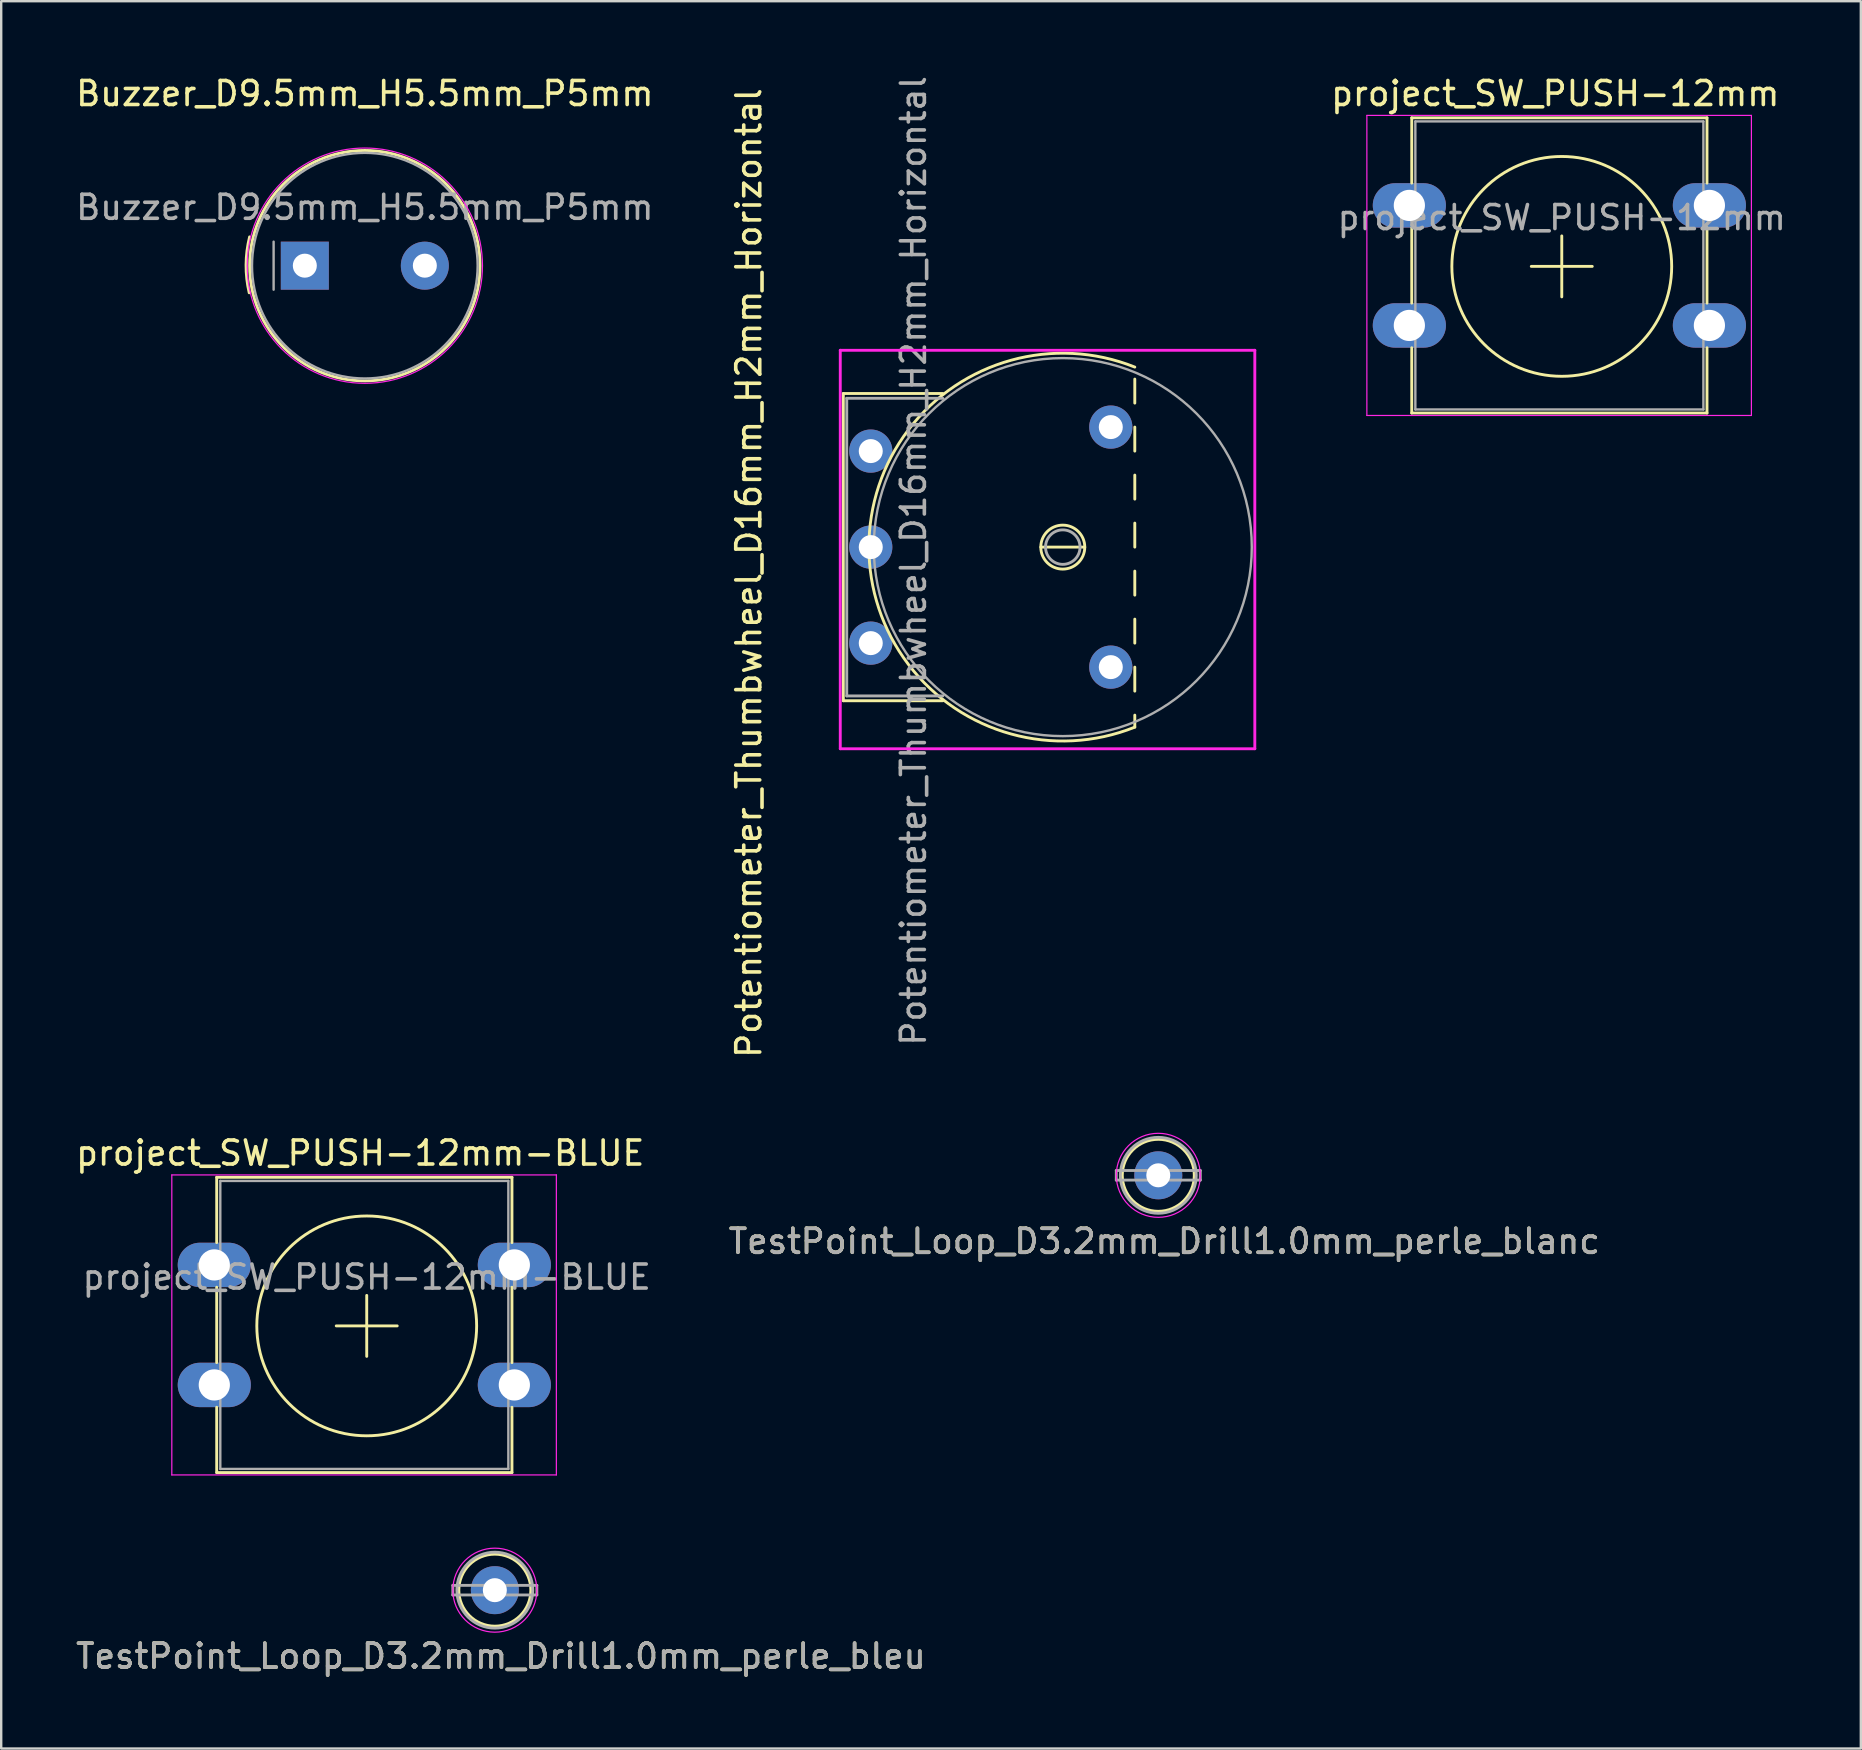
<source format=kicad_pcb>
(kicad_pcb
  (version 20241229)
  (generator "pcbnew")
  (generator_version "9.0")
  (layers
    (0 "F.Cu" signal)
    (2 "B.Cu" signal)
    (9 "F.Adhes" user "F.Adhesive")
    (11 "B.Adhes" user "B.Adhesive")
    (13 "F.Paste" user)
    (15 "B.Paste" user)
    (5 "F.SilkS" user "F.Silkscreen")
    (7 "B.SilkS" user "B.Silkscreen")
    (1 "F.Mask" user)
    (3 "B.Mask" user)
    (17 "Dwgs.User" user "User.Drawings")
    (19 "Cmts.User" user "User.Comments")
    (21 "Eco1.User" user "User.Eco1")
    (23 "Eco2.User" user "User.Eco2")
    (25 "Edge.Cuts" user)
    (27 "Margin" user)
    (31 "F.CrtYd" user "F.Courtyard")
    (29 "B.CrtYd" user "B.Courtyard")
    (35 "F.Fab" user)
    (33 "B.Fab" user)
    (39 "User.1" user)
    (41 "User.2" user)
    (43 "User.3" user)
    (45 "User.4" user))
  (footprint "Potentiometer_Thumbwheel_D16mm_H2mm_Horizontal"
    (layer "F.Cu")
    (at 33.226 15.743)
    (property "Reference" "Potentiometer_Thumbwheel_D16mm_H2mm_Horizontal" (at -5.08 5.08 90) (layer "F.SilkS") (effects (font (size 1 1) (thickness 0.15))))
    (attr through_hole)
    (fp_line (start -1.143 -2.4) (end -1.143 10.4) (stroke (width 0.12) (type solid)) (layer "F.SilkS"))
    (fp_line (start -1.143 -2.4) (end 3 -2.4) (stroke (width 0.12) (type solid)) (layer "F.SilkS"))
    (fp_line (start -1.143 10.4) (end 3 10.4) (stroke (width 0.12) (type solid)) (layer "F.SilkS"))
    (fp_line (start 7.084 4) (end 8.916 4) (stroke (width 0.12) (type solid)) (layer "F.SilkS"))
    (fp_line (start 11 -3) (end 11 -2) (stroke (width 0.12) (type solid)) (layer "F.SilkS"))
    (fp_line (start 11 -1) (end 11 0) (stroke (width 0.12) (type solid)) (layer "F.SilkS"))
    (fp_line (start 11 1) (end 11 2) (stroke (width 0.12) (type solid)) (layer "F.SilkS"))
    (fp_line (start 11 3) (end 11 4) (stroke (width 0.12) (type solid)) (layer "F.SilkS"))
    (fp_line (start 11 5) (end 11 6) (stroke (width 0.12) (type solid)) (layer "F.SilkS"))
    (fp_line (start 11 7) (end 11 8) (stroke (width 0.12) (type solid)) (layer "F.SilkS"))
    (fp_line (start 11 9) (end 11 10) (stroke (width 0.12) (type solid)) (layer "F.SilkS"))
    (fp_line (start 11 11.5) (end 11 11) (stroke (width 0.12) (type solid)) (layer "F.SilkS"))
    (fp_arc (start 11 11.5) (mid -0.077747 4) (end 11 -3.5) (stroke (width 0.12) (type solid)) (layer "F.SilkS"))
    (fp_circle (center 8 4) (end 8.762 3.492) (stroke (width 0.12) (type solid)) (fill no) (layer "F.SilkS"))
    (fp_line (start -1.27 -4.2) (end -1.27 12.4) (stroke (width 0.12) (type solid)) (layer "F.CrtYd"))
    (fp_line (start -1.27 12.4) (end 16 12.4) (stroke (width 0.12) (type solid)) (layer "F.CrtYd"))
    (fp_line (start 16 -4.2) (end -1.27 -4.2) (stroke (width 0.12) (type solid)) (layer "F.CrtYd"))
    (fp_line (start 16 12.4) (end 16 -4.2) (stroke (width 0.12) (type solid)) (layer "F.CrtYd"))
    (fp_line (start -1 -2.2) (end -1 10.2) (stroke (width 0.12) (type solid)) (layer "F.Fab"))
    (fp_line (start -1 10.2) (end 3 10.2) (stroke (width 0.12) (type solid)) (layer "F.Fab"))
    (fp_line (start 3 -2.2) (end -1 -2.2) (stroke (width 0.12) (type solid)) (layer "F.Fab"))
    (fp_circle (center 8 4) (end 8.508 3.492) (stroke (width 0.12) (type solid)) (fill no) (layer "F.Fab"))
    (fp_circle (center 8 4) (end 15.874 4) (stroke (width 0.1) (type solid)) (fill no) (layer "F.Fab"))
    (fp_text user "${REFERENCE}" (at 1.778 4.572 90) (layer "F.Fab") (effects (font (size 1 1) (thickness 0.15))))
    (pad "1" thru_hole circle (at 0 0) (size 1.8 1.8) (drill 1) (layers "*.Cu" "*.Mask"))
    (pad "2" thru_hole circle (at 0 4) (size 1.8 1.8) (drill 1) (layers "*.Cu" "*.Mask"))
    (pad "3" thru_hole circle (at 0 8) (size 1.8 1.8) (drill 1) (layers "*.Cu" "*.Mask"))
    (pad "MP" thru_hole circle (at 10 -1) (size 1.8 1.8) (drill 1) (layers "*.Cu" "*.Mask"))
    (pad "MP" thru_hole circle (at 10 9) (size 1.8 1.8) (drill 1) (layers "*.Cu" "*.Mask")))
  (footprint "project_SW_PUSH-12mm"
    (layer "F.Cu")
    (at 55.664 5.508)
    (property "Reference" "project_SW_PUSH-12mm" (at 6.08 -4.66 0) (layer "F.SilkS") (effects (font (size 1 1) (thickness 0.15))))
    (attr through_hole)
    (fp_line (start 0.1 -3.65) (end 12.4 -3.65) (stroke (width 0.12) (type solid)) (layer "F.SilkS"))
    (fp_line (start 0.1 -0.93) (end 0.1 -3.65) (stroke (width 0.12) (type solid)) (layer "F.SilkS"))
    (fp_line (start 0.1 4.07) (end 0.1 0.93) (stroke (width 0.12) (type solid)) (layer "F.SilkS"))
    (fp_line (start 0.1 8.65) (end 0.1 5.93) (stroke (width 0.12) (type solid)) (layer "F.SilkS"))
    (fp_line (start 5.08 2.54) (end 7.62 2.54) (stroke (width 0.12) (type solid)) (layer "F.SilkS"))
    (fp_line (start 6.35 3.81) (end 6.35 1.27) (stroke (width 0.12) (type solid)) (layer "F.SilkS"))
    (fp_line (start 12.4 -3.65) (end 12.4 -0.93) (stroke (width 0.12) (type solid)) (layer "F.SilkS"))
    (fp_line (start 12.4 0.93) (end 12.4 4.07) (stroke (width 0.12) (type solid)) (layer "F.SilkS"))
    (fp_line (start 12.4 5.93) (end 12.4 8.65) (stroke (width 0.12) (type solid)) (layer "F.SilkS"))
    (fp_line (start 12.4 8.65) (end 0.1 8.65) (stroke (width 0.12) (type solid)) (layer "F.SilkS"))
    (fp_circle (center 6.35 2.54) (end 10.16 5.08) (stroke (width 0.12) (type solid)) (fill no) (layer "F.SilkS"))
    (fp_line (start -1.77 -3.75) (end -1.77 8.75) (stroke (width 0.05) (type solid)) (layer "F.CrtYd"))
    (fp_line (start -1.77 -3.75) (end 14.25 -3.75) (stroke (width 0.05) (type solid)) (layer "F.CrtYd"))
    (fp_line (start 14.25 8.75) (end -1.77 8.75) (stroke (width 0.05) (type solid)) (layer "F.CrtYd"))
    (fp_line (start 14.25 8.75) (end 14.25 -3.75) (stroke (width 0.05) (type solid)) (layer "F.CrtYd"))
    (fp_line (start 0.25 -3.5) (end 0.25 8.5) (stroke (width 0.1) (type solid)) (layer "F.Fab"))
    (fp_line (start 0.25 -3.5) (end 12.25 -3.5) (stroke (width 0.1) (type solid)) (layer "F.Fab"))
    (fp_line (start 0.25 8.5) (end 12.25 8.5) (stroke (width 0.1) (type solid)) (layer "F.Fab"))
    (fp_line (start 12.25 -3.5) (end 12.25 8.5) (stroke (width 0.1) (type solid)) (layer "F.Fab"))
    (fp_text user "${REFERENCE}" (at 6.35 0.508 0) (layer "F.Fab") (effects (font (size 1 1) (thickness 0.15))))
    (pad "1" thru_hole oval (at 0 0) (size 3.048 1.85) (drill 1.3) (layers "*.Cu" "*.Mask"))
    (pad "1" thru_hole oval (at 12.5 0) (size 3.048 1.85) (drill 1.3) (layers "*.Cu" "*.Mask"))
    (pad "2" thru_hole oval (at 0 5) (size 3.048 1.85) (drill 1.3) (layers "*.Cu" "*.Mask"))
    (pad "2" thru_hole oval (at 12.5 5) (size 3.048 1.85) (drill 1.3) (layers "*.Cu" "*.Mask")))
  (footprint "project_SW_PUSH-12mm-BLUE"
    (layer "F.Cu")
    (at 5.878 49.647)
    (property "Reference" "project_SW_PUSH-12mm-BLUE" (at 6.08 -4.66 0) (layer "F.SilkS") (effects (font (size 1 1) (thickness 0.15))))
    (attr through_hole)
    (fp_line (start 0.1 -3.65) (end 12.4 -3.65) (stroke (width 0.12) (type solid)) (layer "F.SilkS"))
    (fp_line (start 0.1 -0.93) (end 0.1 -3.65) (stroke (width 0.12) (type solid)) (layer "F.SilkS"))
    (fp_line (start 0.1 4.07) (end 0.1 0.93) (stroke (width 0.12) (type solid)) (layer "F.SilkS"))
    (fp_line (start 0.1 8.65) (end 0.1 5.93) (stroke (width 0.12) (type solid)) (layer "F.SilkS"))
    (fp_line (start 5.08 2.54) (end 7.62 2.54) (stroke (width 0.12) (type solid)) (layer "F.SilkS"))
    (fp_line (start 6.35 3.81) (end 6.35 1.27) (stroke (width 0.12) (type solid)) (layer "F.SilkS"))
    (fp_line (start 12.4 -3.65) (end 12.4 -0.93) (stroke (width 0.12) (type solid)) (layer "F.SilkS"))
    (fp_line (start 12.4 0.93) (end 12.4 4.07) (stroke (width 0.12) (type solid)) (layer "F.SilkS"))
    (fp_line (start 12.4 5.93) (end 12.4 8.65) (stroke (width 0.12) (type solid)) (layer "F.SilkS"))
    (fp_line (start 12.4 8.65) (end 0.1 8.65) (stroke (width 0.12) (type solid)) (layer "F.SilkS"))
    (fp_circle (center 6.35 2.54) (end 10.16 5.08) (stroke (width 0.12) (type solid)) (fill no) (layer "F.SilkS"))
    (fp_line (start -1.77 -3.75) (end -1.77 8.75) (stroke (width 0.05) (type solid)) (layer "F.CrtYd"))
    (fp_line (start -1.77 -3.75) (end 14.25 -3.75) (stroke (width 0.05) (type solid)) (layer "F.CrtYd"))
    (fp_line (start 14.25 8.75) (end -1.77 8.75) (stroke (width 0.05) (type solid)) (layer "F.CrtYd"))
    (fp_line (start 14.25 8.75) (end 14.25 -3.75) (stroke (width 0.05) (type solid)) (layer "F.CrtYd"))
    (fp_line (start 0.25 -3.5) (end 0.25 8.5) (stroke (width 0.1) (type solid)) (layer "F.Fab"))
    (fp_line (start 0.25 -3.5) (end 12.25 -3.5) (stroke (width 0.1) (type solid)) (layer "F.Fab"))
    (fp_line (start 0.25 8.5) (end 12.25 8.5) (stroke (width 0.1) (type solid)) (layer "F.Fab"))
    (fp_line (start 12.25 -3.5) (end 12.25 8.5) (stroke (width 0.1) (type solid)) (layer "F.Fab"))
    (fp_text user "${REFERENCE}" (at 6.35 0.508 0) (layer "F.Fab") (effects (font (size 1 1) (thickness 0.15))))
    (pad "1" thru_hole oval (at 0 0) (size 3.048 1.85) (drill 1.3) (layers "*.Cu" "*.Mask"))
    (pad "1" thru_hole oval (at 12.5 0) (size 3.048 1.85) (drill 1.3) (layers "*.Cu" "*.Mask"))
    (pad "2" thru_hole oval (at 0 5) (size 3.048 1.85) (drill 1.3) (layers "*.Cu" "*.Mask"))
    (pad "2" thru_hole oval (at 12.5 5) (size 3.048 1.85) (drill 1.3) (layers "*.Cu" "*.Mask")))
  (footprint "TestPoint_Loop_D3.2mm_Drill1.0mm_perle_blanc"
    (layer "F.Cu")
    (at 45.205 45.914)
    (property "Reference" "TestPoint_Loop_D3.2mm_Drill1.0mm_perle_blanc" (at 0.25 2.75 0) (layer "F.SilkS") (effects (font (size 1 1) (thickness 0.15))))
    (attr through_hole)
    (fp_circle (center 0 0) (end 1.5 0) (stroke (width 0.12) (type solid)) (fill no) (layer "F.SilkS"))
    (fp_circle (center 0 0) (end 1.75 0) (stroke (width 0.05) (type solid)) (fill no) (layer "F.CrtYd"))
    (fp_line (start -1.75 -0.2) (end -1.75 0.2) (stroke (width 0.12) (type solid)) (layer "F.Fab"))
    (fp_line (start -1.75 0.2) (end 1.75 0.2) (stroke (width 0.12) (type solid)) (layer "F.Fab"))
    (fp_line (start 1.75 -0.2) (end -1.75 -0.2) (stroke (width 0.12) (type solid)) (layer "F.Fab"))
    (fp_line (start 1.75 0.2) (end 1.75 -0.2) (stroke (width 0.12) (type solid)) (layer "F.Fab"))
    (fp_circle (center 0 0) (end 1.5 -0.5) (stroke (width 0.12) (type solid)) (fill no) (layer "F.Fab"))
    (fp_text user "${REFERENCE}" (at 0.25 2.75 0) (layer "F.Fab") (effects (font (size 1 1) (thickness 0.15))))
    (pad "1" thru_hole circle (at 0 0) (size 2 2) (drill 1) (layers "*.Cu" "*.Mask")))
  (footprint "TestPoint_Loop_D3.2mm_Drill1.0mm_perle_bleu"
    (layer "F.Cu")
    (at 17.565 63.197)
    (property "Reference" "TestPoint_Loop_D3.2mm_Drill1.0mm_perle_bleu" (at 0.25 2.75 0) (layer "F.SilkS") (effects (font (size 1 1) (thickness 0.15))))
    (attr through_hole)
    (fp_circle (center 0 0) (end 1.5 0) (stroke (width 0.12) (type solid)) (fill no) (layer "F.SilkS"))
    (fp_circle (center 0 0) (end 1.75 0) (stroke (width 0.05) (type solid)) (fill no) (layer "F.CrtYd"))
    (fp_line (start -1.75 -0.2) (end -1.75 0.2) (stroke (width 0.12) (type solid)) (layer "F.Fab"))
    (fp_line (start -1.75 0.2) (end 1.75 0.2) (stroke (width 0.12) (type solid)) (layer "F.Fab"))
    (fp_line (start 1.75 -0.2) (end -1.75 -0.2) (stroke (width 0.12) (type solid)) (layer "F.Fab"))
    (fp_line (start 1.75 0.2) (end 1.75 -0.2) (stroke (width 0.12) (type solid)) (layer "F.Fab"))
    (fp_circle (center 0 0) (end 1.5 -0.5) (stroke (width 0.12) (type solid)) (fill no) (layer "F.Fab"))
    (fp_text user "${REFERENCE}" (at 0.25 2.75 0) (layer "F.Fab") (effects (font (size 1 1) (thickness 0.15))))
    (pad "1" thru_hole circle (at 0 0) (size 2 2) (drill 1) (layers "*.Cu" "*.Mask")))
  (footprint "Buzzer_D9.5mm_H5.5mm_P5mm"
    (layer "F.Cu")
    (at 9.649 8.018)
    (property "Reference" "Buzzer_D9.5mm_H5.5mm_P5mm" (at 2.5 -7.17 0) (layer "F.SilkS") (effects (font (size 1 1) (thickness 0.15))))
    (attr through_hole)
    (fp_arc (start -2.317188 1.129027) (mid -2.447592 -0.036512) (end -2.3 -1.2) (stroke (width 0.12) (type solid)) (layer "F.SilkS"))
    (fp_circle (center 2.5 0) (end 7.3 0) (stroke (width 0.12) (type solid)) (fill no) (layer "F.SilkS"))
    (fp_circle (center 2.5 0) (end 7.4 -0.1) (stroke (width 0.05) (type solid)) (fill no) (layer "F.CrtYd"))
    (fp_line (start -1.3 -1) (end -1.3 1) (stroke (width 0.1) (type solid)) (layer "F.Fab"))
    (fp_circle (center 2.5 0) (end 7.2 0) (stroke (width 0.1) (type solid)) (fill no) (layer "F.Fab"))
    (fp_text user "${REFERENCE}" (at 2.5 -2.43 0) (layer "F.Fab") (effects (font (size 1 1) (thickness 0.15))))
    (pad "1" thru_hole rect (at 0 0) (size 2 2) (drill 1) (layers "*.Cu" "*.Mask"))
    (pad "2" thru_hole circle (at 5 0) (size 2 2) (drill 1) (layers "*.Cu" "*.Mask")))
  (gr_rect
    (start -3 -3)
    (end 74.473 69.795)
    (stroke (width 0.1) (type default))
    (fill no)
    (layer "Edge.Cuts")))
</source>
